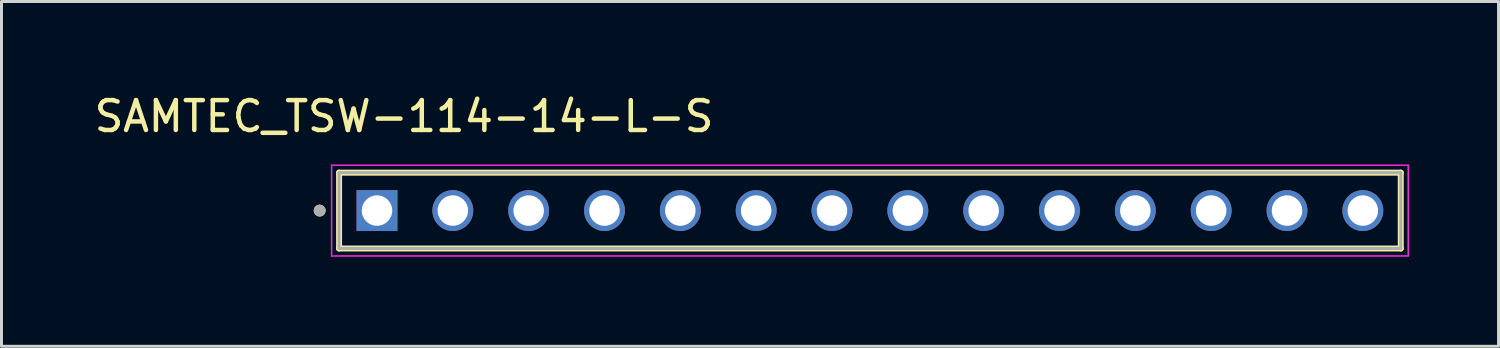
<source format=kicad_pcb>
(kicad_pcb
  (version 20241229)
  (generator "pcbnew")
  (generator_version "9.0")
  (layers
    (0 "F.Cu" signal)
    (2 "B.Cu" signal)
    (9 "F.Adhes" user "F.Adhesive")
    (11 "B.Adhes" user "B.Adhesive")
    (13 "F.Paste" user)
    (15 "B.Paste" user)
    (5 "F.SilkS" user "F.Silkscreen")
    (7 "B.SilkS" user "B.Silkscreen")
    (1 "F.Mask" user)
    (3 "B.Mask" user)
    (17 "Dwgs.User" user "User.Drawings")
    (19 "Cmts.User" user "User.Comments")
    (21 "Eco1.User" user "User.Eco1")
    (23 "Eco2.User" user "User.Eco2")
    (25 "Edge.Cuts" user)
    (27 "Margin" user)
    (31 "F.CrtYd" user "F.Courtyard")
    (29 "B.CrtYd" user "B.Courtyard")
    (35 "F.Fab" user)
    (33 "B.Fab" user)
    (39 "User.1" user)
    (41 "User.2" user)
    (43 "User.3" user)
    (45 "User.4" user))
  (footprint "SAMTEC_TSW-114-14-L-S"
    (layer "F.Cu")
    (at 9.577 4.003)
    (property "Reference" "SAMTEC_TSW-114-14-L-S" (at 0.905 -3.155 0) (layer "F.SilkS") (effects (font (size 1 1) (thickness 0.15))))
    (attr through_hole)
    (fp_line (start -1.27 1.27) (end -1.27 -1.27) (stroke (width 0.2) (type solid)) (layer "F.SilkS"))
    (fp_line (start 34.29 -1.27) (end -1.27 -1.27) (stroke (width 0.2) (type solid)) (layer "F.SilkS"))
    (fp_line (start 34.29 -1.27) (end 34.29 1.27) (stroke (width 0.2) (type solid)) (layer "F.SilkS"))
    (fp_line (start 34.29 1.27) (end -1.27 1.27) (stroke (width 0.2) (type solid)) (layer "F.SilkS"))
    (fp_circle (center -1.92 0) (end -1.82 0) (stroke (width 0.2) (type solid)) (fill no) (layer "F.SilkS"))
    (fp_line (start -1.52 -1.52) (end 34.54 -1.52) (stroke (width 0.05) (type solid)) (layer "F.CrtYd"))
    (fp_line (start -1.52 1.52) (end -1.52 -1.52) (stroke (width 0.05) (type solid)) (layer "F.CrtYd"))
    (fp_line (start 34.54 -1.52) (end 34.54 1.52) (stroke (width 0.05) (type solid)) (layer "F.CrtYd"))
    (fp_line (start 34.54 1.52) (end -1.52 1.52) (stroke (width 0.05) (type solid)) (layer "F.CrtYd"))
    (fp_line (start -1.27 -1.27) (end 34.29 -1.27) (stroke (width 0.1) (type solid)) (layer "F.Fab"))
    (fp_line (start -1.27 1.27) (end -1.27 -1.27) (stroke (width 0.1) (type solid)) (layer "F.Fab"))
    (fp_line (start 34.29 -1.27) (end 34.29 1.27) (stroke (width 0.1) (type solid)) (layer "F.Fab"))
    (fp_line (start 34.29 1.27) (end -1.27 1.27) (stroke (width 0.1) (type solid)) (layer "F.Fab"))
    (fp_circle (center -1.92 0) (end -1.82 0) (stroke (width 0.2) (type solid)) (fill no) (layer "F.Fab"))
    (pad "01" thru_hole rect (at 0 0) (size 1.37 1.37) (drill 1.02) (layers "*.Cu" "*.Mask"))
    (pad "02" thru_hole circle (at 2.54 0) (size 1.37 1.37) (drill 1.02) (layers "*.Cu" "*.Mask"))
    (pad "03" thru_hole circle (at 5.08 0) (size 1.37 1.37) (drill 1.02) (layers "*.Cu" "*.Mask"))
    (pad "04" thru_hole circle (at 7.62 0) (size 1.37 1.37) (drill 1.02) (layers "*.Cu" "*.Mask"))
    (pad "05" thru_hole circle (at 10.16 0) (size 1.37 1.37) (drill 1.02) (layers "*.Cu" "*.Mask"))
    (pad "06" thru_hole circle (at 12.7 0) (size 1.37 1.37) (drill 1.02) (layers "*.Cu" "*.Mask"))
    (pad "07" thru_hole circle (at 15.24 0) (size 1.37 1.37) (drill 1.02) (layers "*.Cu" "*.Mask"))
    (pad "08" thru_hole circle (at 17.78 0) (size 1.37 1.37) (drill 1.02) (layers "*.Cu" "*.Mask"))
    (pad "09" thru_hole circle (at 20.32 0) (size 1.37 1.37) (drill 1.02) (layers "*.Cu" "*.Mask"))
    (pad "10" thru_hole circle (at 22.86 0) (size 1.37 1.37) (drill 1.02) (layers "*.Cu" "*.Mask"))
    (pad "11" thru_hole circle (at 25.4 0) (size 1.37 1.37) (drill 1.02) (layers "*.Cu" "*.Mask"))
    (pad "12" thru_hole circle (at 27.94 0) (size 1.37 1.37) (drill 1.02) (layers "*.Cu" "*.Mask"))
    (pad "13" thru_hole circle (at 30.48 0) (size 1.37 1.37) (drill 1.02) (layers "*.Cu" "*.Mask"))
    (pad "14" thru_hole circle (at 33.02 0) (size 1.37 1.37) (drill 1.02) (layers "*.Cu" "*.Mask")))
  (gr_rect
    (start -3 -3)
    (end 47.142 8.548)
    (stroke (width 0.1) (type default))
    (fill no)
    (layer "Edge.Cuts")))
</source>
